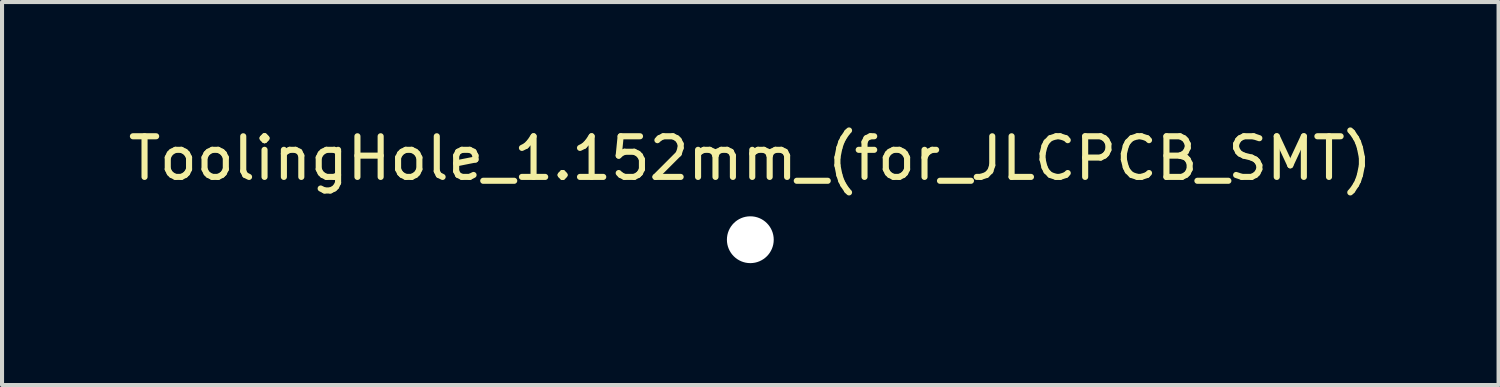
<source format=kicad_pcb>
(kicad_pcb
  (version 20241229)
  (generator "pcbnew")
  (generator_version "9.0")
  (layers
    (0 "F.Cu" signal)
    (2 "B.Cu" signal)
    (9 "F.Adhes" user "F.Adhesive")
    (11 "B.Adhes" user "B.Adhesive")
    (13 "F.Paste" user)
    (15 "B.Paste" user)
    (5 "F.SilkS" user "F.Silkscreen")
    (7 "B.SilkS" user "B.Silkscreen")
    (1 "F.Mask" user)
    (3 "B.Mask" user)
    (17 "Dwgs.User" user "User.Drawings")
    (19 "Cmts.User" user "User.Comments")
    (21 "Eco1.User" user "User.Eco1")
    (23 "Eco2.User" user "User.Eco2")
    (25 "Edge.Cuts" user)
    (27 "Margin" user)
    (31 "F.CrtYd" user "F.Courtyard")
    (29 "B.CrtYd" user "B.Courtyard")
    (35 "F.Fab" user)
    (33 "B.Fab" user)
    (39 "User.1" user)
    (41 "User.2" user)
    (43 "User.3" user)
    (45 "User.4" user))
  (footprint "ToolingHole_1.152mm_(for_JLCPCB_SMT)"
    (layer "F.Cu")
    (at 15.411 2.848)
    (property "Reference" "ToolingHole_1.152mm_(for_JLCPCB_SMT)" (at 0 -2 0) (unlocked yes) (layer "F.SilkS") (effects (font (size 1 1) (thickness 0.15))))
    (attr through_hole)
    (pad "" np_thru_hole circle (at 0 0) (size 1.152 1.152) (drill 1.152) (layers "*.Cu" "*.Mask")))
  (gr_rect
    (start -3 -3)
    (end 33.821 6.424)
    (stroke (width 0.1) (type default))
    (fill no)
    (layer "Edge.Cuts")))
</source>
